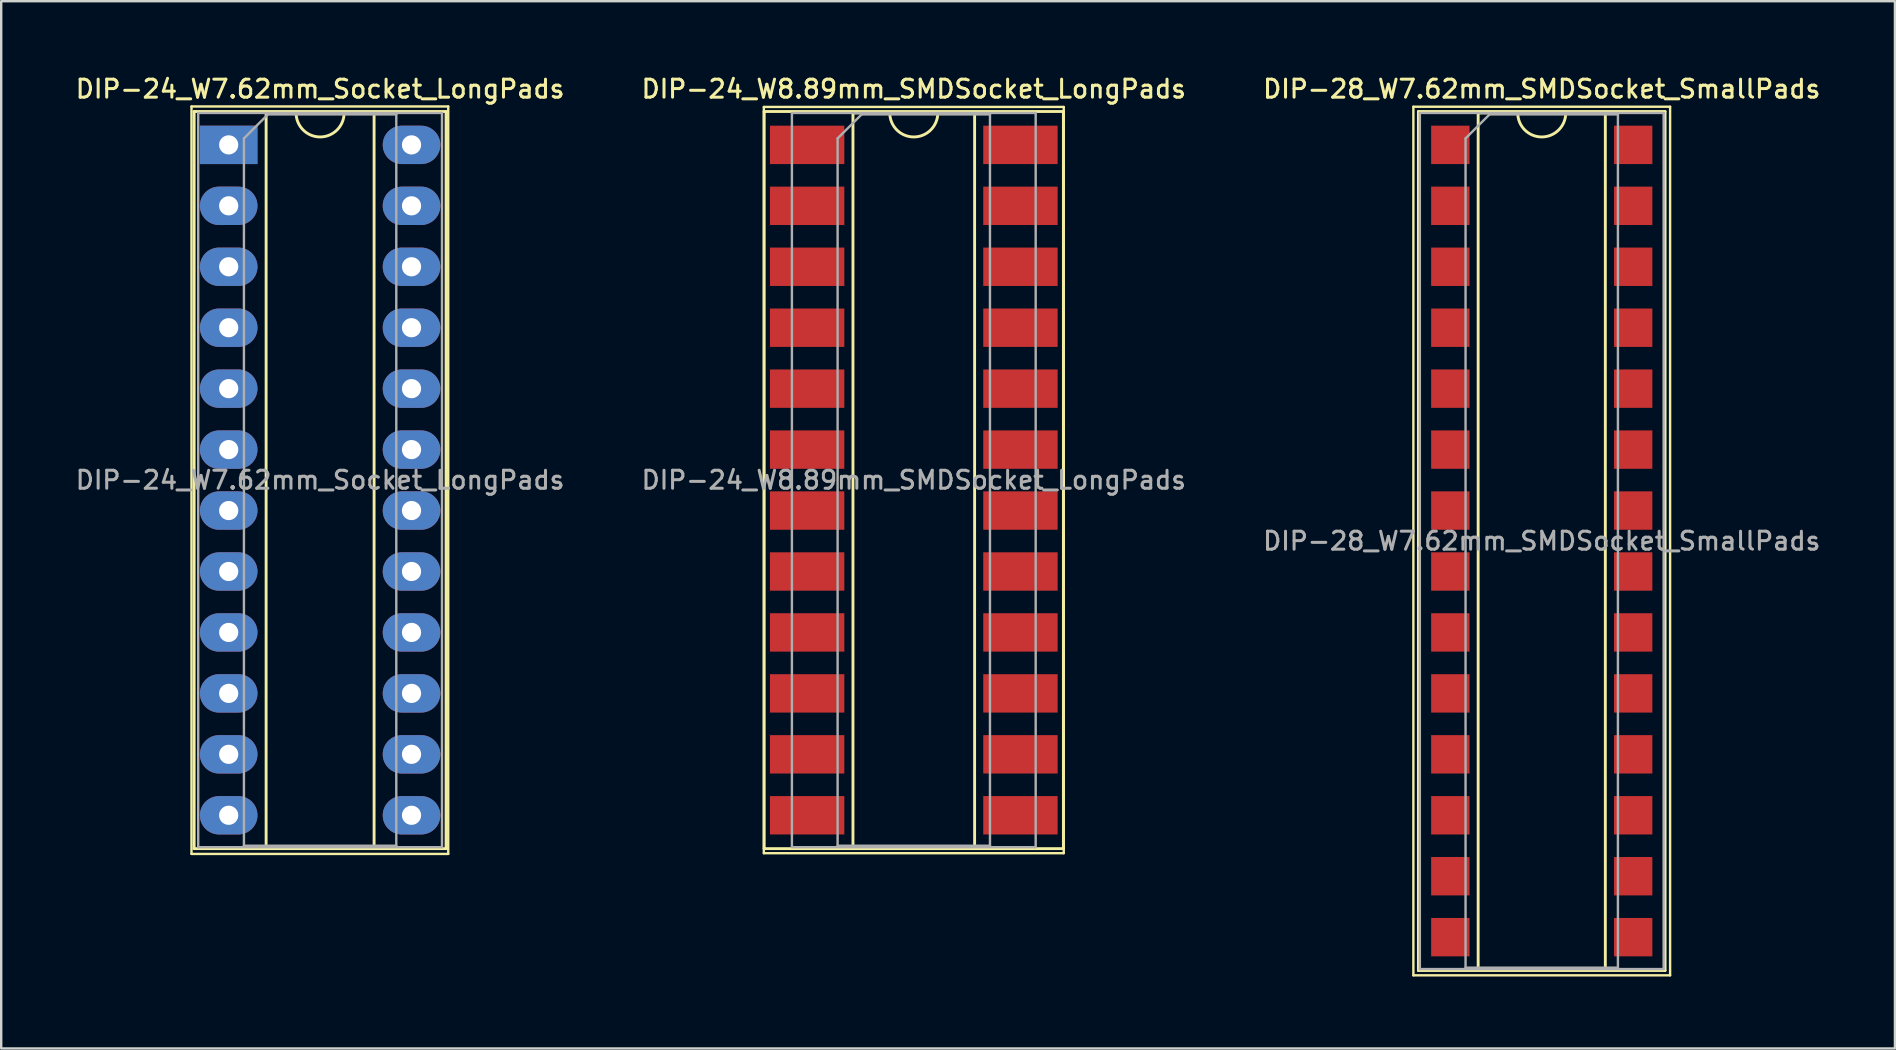
<source format=kicad_pcb>
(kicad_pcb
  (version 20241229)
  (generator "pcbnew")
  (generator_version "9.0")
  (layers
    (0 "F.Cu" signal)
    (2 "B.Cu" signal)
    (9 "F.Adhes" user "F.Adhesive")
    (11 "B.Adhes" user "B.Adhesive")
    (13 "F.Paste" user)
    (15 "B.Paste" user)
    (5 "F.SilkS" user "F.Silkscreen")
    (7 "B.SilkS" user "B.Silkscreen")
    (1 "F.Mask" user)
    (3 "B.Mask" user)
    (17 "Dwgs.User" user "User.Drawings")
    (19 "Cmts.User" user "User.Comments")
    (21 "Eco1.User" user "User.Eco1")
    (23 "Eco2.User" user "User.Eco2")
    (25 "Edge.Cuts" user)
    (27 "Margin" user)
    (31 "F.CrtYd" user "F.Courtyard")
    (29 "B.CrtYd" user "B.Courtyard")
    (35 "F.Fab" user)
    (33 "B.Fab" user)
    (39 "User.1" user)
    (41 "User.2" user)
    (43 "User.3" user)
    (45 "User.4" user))
  (footprint "DIP-28_W7.62mm_SMDSocket_SmallPads"
    (layer "F.Cu")
    (at 61.205 19.498)
    (property "Reference" "DIP-28_W7.62mm_SMDSocket_SmallPads" (at 0 -18.84 0) (layer "F.SilkS") (effects (font (size 0.75 0.75) (thickness 0.125))))
    (attr smd)
    (fp_line (start -5.35 -18.1) (end -5.35 18.1) (stroke (width 0.1) (type solid)) (layer "F.SilkS"))
    (fp_line (start -5.35 18.1) (end 5.35 18.1) (stroke (width 0.1) (type solid)) (layer "F.SilkS"))
    (fp_line (start -5.14 -17.9) (end -5.14 17.9) (stroke (width 0.12) (type solid)) (layer "F.SilkS"))
    (fp_line (start -5.14 17.9) (end 5.14 17.9) (stroke (width 0.12) (type solid)) (layer "F.SilkS"))
    (fp_line (start -2.65 -17.84) (end -2.65 17.84) (stroke (width 0.12) (type solid)) (layer "F.SilkS"))
    (fp_line (start -2.65 17.84) (end 2.65 17.84) (stroke (width 0.12) (type solid)) (layer "F.SilkS"))
    (fp_line (start -1 -17.84) (end -2.65 -17.84) (stroke (width 0.12) (type solid)) (layer "F.SilkS"))
    (fp_line (start 2.65 -17.84) (end 1 -17.84) (stroke (width 0.12) (type solid)) (layer "F.SilkS"))
    (fp_line (start 2.65 17.84) (end 2.65 -17.84) (stroke (width 0.12) (type solid)) (layer "F.SilkS"))
    (fp_line (start 5.14 -17.9) (end -5.14 -17.9) (stroke (width 0.12) (type solid)) (layer "F.SilkS"))
    (fp_line (start 5.14 17.9) (end 5.14 -17.9) (stroke (width 0.12) (type solid)) (layer "F.SilkS"))
    (fp_line (start 5.35 -18.1) (end -5.35 -18.1) (stroke (width 0.1) (type solid)) (layer "F.SilkS"))
    (fp_line (start 5.35 18.1) (end 5.35 -18.1) (stroke (width 0.1) (type solid)) (layer "F.SilkS"))
    (fp_arc (start 1 -17.84) (mid 0 -16.84) (end -1 -17.84) (stroke (width 0.12) (type solid)) (layer "F.SilkS"))
    (fp_line (start -5.08 -17.84) (end -5.08 17.84) (stroke (width 0.1) (type solid)) (layer "F.Fab"))
    (fp_line (start -5.08 17.84) (end 5.08 17.84) (stroke (width 0.1) (type solid)) (layer "F.Fab"))
    (fp_line (start -3.175 -16.78) (end -2.175 -17.78) (stroke (width 0.1) (type solid)) (layer "F.Fab"))
    (fp_line (start -3.175 17.78) (end -3.175 -16.78) (stroke (width 0.1) (type solid)) (layer "F.Fab"))
    (fp_line (start -2.175 -17.78) (end 3.175 -17.78) (stroke (width 0.1) (type solid)) (layer "F.Fab"))
    (fp_line (start 3.175 -17.78) (end 3.175 17.78) (stroke (width 0.1) (type solid)) (layer "F.Fab"))
    (fp_line (start 3.175 17.78) (end -3.175 17.78) (stroke (width 0.1) (type solid)) (layer "F.Fab"))
    (fp_line (start 5.08 -17.84) (end -5.08 -17.84) (stroke (width 0.1) (type solid)) (layer "F.Fab"))
    (fp_line (start 5.08 17.84) (end 5.08 -17.84) (stroke (width 0.1) (type solid)) (layer "F.Fab"))
    (fp_text user "${REFERENCE}" (at 0 0 0) (layer "F.Fab") (effects (font (size 0.75 0.75) (thickness 0.125))))
    (pad "1" smd rect (at -3.81 -16.51) (size 1.6 1.6) (layers "F.Cu" "F.Mask" "F.Paste"))
    (pad "2" smd rect (at -3.81 -13.97) (size 1.6 1.6) (layers "F.Cu" "F.Mask" "F.Paste"))
    (pad "3" smd rect (at -3.81 -11.43) (size 1.6 1.6) (layers "F.Cu" "F.Mask" "F.Paste"))
    (pad "4" smd rect (at -3.81 -8.89) (size 1.6 1.6) (layers "F.Cu" "F.Mask" "F.Paste"))
    (pad "5" smd rect (at -3.81 -6.35) (size 1.6 1.6) (layers "F.Cu" "F.Mask" "F.Paste"))
    (pad "6" smd rect (at -3.81 -3.81) (size 1.6 1.6) (layers "F.Cu" "F.Mask" "F.Paste"))
    (pad "7" smd rect (at -3.81 -1.27) (size 1.6 1.6) (layers "F.Cu" "F.Mask" "F.Paste"))
    (pad "8" smd rect (at -3.81 1.27) (size 1.6 1.6) (layers "F.Cu" "F.Mask" "F.Paste"))
    (pad "9" smd rect (at -3.81 3.81) (size 1.6 1.6) (layers "F.Cu" "F.Mask" "F.Paste"))
    (pad "10" smd rect (at -3.81 6.35) (size 1.6 1.6) (layers "F.Cu" "F.Mask" "F.Paste"))
    (pad "11" smd rect (at -3.81 8.89) (size 1.6 1.6) (layers "F.Cu" "F.Mask" "F.Paste"))
    (pad "12" smd rect (at -3.81 11.43) (size 1.6 1.6) (layers "F.Cu" "F.Mask" "F.Paste"))
    (pad "13" smd rect (at -3.81 13.97) (size 1.6 1.6) (layers "F.Cu" "F.Mask" "F.Paste"))
    (pad "14" smd rect (at -3.81 16.51) (size 1.6 1.6) (layers "F.Cu" "F.Mask" "F.Paste"))
    (pad "15" smd rect (at 3.81 16.51) (size 1.6 1.6) (layers "F.Cu" "F.Mask" "F.Paste"))
    (pad "16" smd rect (at 3.81 13.97) (size 1.6 1.6) (layers "F.Cu" "F.Mask" "F.Paste"))
    (pad "17" smd rect (at 3.81 11.43) (size 1.6 1.6) (layers "F.Cu" "F.Mask" "F.Paste"))
    (pad "18" smd rect (at 3.81 8.89) (size 1.6 1.6) (layers "F.Cu" "F.Mask" "F.Paste"))
    (pad "19" smd rect (at 3.81 6.35) (size 1.6 1.6) (layers "F.Cu" "F.Mask" "F.Paste"))
    (pad "20" smd rect (at 3.81 3.81) (size 1.6 1.6) (layers "F.Cu" "F.Mask" "F.Paste"))
    (pad "21" smd rect (at 3.81 1.27) (size 1.6 1.6) (layers "F.Cu" "F.Mask" "F.Paste"))
    (pad "22" smd rect (at 3.81 -1.27) (size 1.6 1.6) (layers "F.Cu" "F.Mask" "F.Paste"))
    (pad "23" smd rect (at 3.81 -3.81) (size 1.6 1.6) (layers "F.Cu" "F.Mask" "F.Paste"))
    (pad "24" smd rect (at 3.81 -6.35) (size 1.6 1.6) (layers "F.Cu" "F.Mask" "F.Paste"))
    (pad "25" smd rect (at 3.81 -8.89) (size 1.6 1.6) (layers "F.Cu" "F.Mask" "F.Paste"))
    (pad "26" smd rect (at 3.81 -11.43) (size 1.6 1.6) (layers "F.Cu" "F.Mask" "F.Paste"))
    (pad "27" smd rect (at 3.81 -13.97) (size 1.6 1.6) (layers "F.Cu" "F.Mask" "F.Paste"))
    (pad "28" smd rect (at 3.81 -16.51) (size 1.6 1.6) (layers "F.Cu" "F.Mask" "F.Paste")))
  (footprint "DIP-24_W7.62mm_Socket_LongPads"
    (layer "F.Cu")
    (at 6.481 2.988)
    (property "Reference" "DIP-24_W7.62mm_Socket_LongPads" (at 3.81 -2.33 0) (layer "F.SilkS") (effects (font (size 0.75 0.75) (thickness 0.125))))
    (attr through_hole)
    (fp_line (start -1.55 -1.6) (end -1.55 29.55) (stroke (width 0.1) (type solid)) (layer "F.SilkS"))
    (fp_line (start -1.55 29.55) (end 9.15 29.55) (stroke (width 0.1) (type solid)) (layer "F.SilkS"))
    (fp_line (start -1.44 -1.39) (end -1.44 29.33) (stroke (width 0.12) (type solid)) (layer "F.SilkS"))
    (fp_line (start -1.44 29.33) (end 9.06 29.33) (stroke (width 0.12) (type solid)) (layer "F.SilkS"))
    (fp_line (start 1.56 -1.33) (end 1.56 29.27) (stroke (width 0.12) (type solid)) (layer "F.SilkS"))
    (fp_line (start 1.56 29.27) (end 6.06 29.27) (stroke (width 0.12) (type solid)) (layer "F.SilkS"))
    (fp_line (start 2.81 -1.33) (end 1.56 -1.33) (stroke (width 0.12) (type solid)) (layer "F.SilkS"))
    (fp_line (start 6.06 -1.33) (end 4.81 -1.33) (stroke (width 0.12) (type solid)) (layer "F.SilkS"))
    (fp_line (start 6.06 29.27) (end 6.06 -1.33) (stroke (width 0.12) (type solid)) (layer "F.SilkS"))
    (fp_line (start 9.06 -1.39) (end -1.44 -1.39) (stroke (width 0.12) (type solid)) (layer "F.SilkS"))
    (fp_line (start 9.06 29.33) (end 9.06 -1.39) (stroke (width 0.12) (type solid)) (layer "F.SilkS"))
    (fp_line (start 9.15 -1.6) (end -1.55 -1.6) (stroke (width 0.1) (type solid)) (layer "F.SilkS"))
    (fp_line (start 9.15 29.55) (end 9.15 -1.6) (stroke (width 0.1) (type solid)) (layer "F.SilkS"))
    (fp_arc (start 4.81 -1.33) (mid 3.81 -0.33) (end 2.81 -1.33) (stroke (width 0.12) (type solid)) (layer "F.SilkS"))
    (fp_line (start -1.27 -1.33) (end -1.27 29.27) (stroke (width 0.1) (type solid)) (layer "F.Fab"))
    (fp_line (start -1.27 29.27) (end 8.89 29.27) (stroke (width 0.1) (type solid)) (layer "F.Fab"))
    (fp_line (start 0.635 -0.27) (end 1.635 -1.27) (stroke (width 0.1) (type solid)) (layer "F.Fab"))
    (fp_line (start 0.635 29.21) (end 0.635 -0.27) (stroke (width 0.1) (type solid)) (layer "F.Fab"))
    (fp_line (start 1.635 -1.27) (end 6.985 -1.27) (stroke (width 0.1) (type solid)) (layer "F.Fab"))
    (fp_line (start 6.985 -1.27) (end 6.985 29.21) (stroke (width 0.1) (type solid)) (layer "F.Fab"))
    (fp_line (start 6.985 29.21) (end 0.635 29.21) (stroke (width 0.1) (type solid)) (layer "F.Fab"))
    (fp_line (start 8.89 -1.33) (end -1.27 -1.33) (stroke (width 0.1) (type solid)) (layer "F.Fab"))
    (fp_line (start 8.89 29.27) (end 8.89 -1.33) (stroke (width 0.1) (type solid)) (layer "F.Fab"))
    (fp_text user "${REFERENCE}" (at 3.81 13.97 0) (layer "F.Fab") (effects (font (size 0.75 0.75) (thickness 0.125))))
    (pad "1" thru_hole rect (at 0 0) (size 2.4 1.6) (drill 0.8) (layers "*.Cu" "*.Mask"))
    (pad "2" thru_hole oval (at 0 2.54) (size 2.4 1.6) (drill 0.8) (layers "*.Cu" "*.Mask"))
    (pad "3" thru_hole oval (at 0 5.08) (size 2.4 1.6) (drill 0.8) (layers "*.Cu" "*.Mask"))
    (pad "4" thru_hole oval (at 0 7.62) (size 2.4 1.6) (drill 0.8) (layers "*.Cu" "*.Mask"))
    (pad "5" thru_hole oval (at 0 10.16) (size 2.4 1.6) (drill 0.8) (layers "*.Cu" "*.Mask"))
    (pad "6" thru_hole oval (at 0 12.7) (size 2.4 1.6) (drill 0.8) (layers "*.Cu" "*.Mask"))
    (pad "7" thru_hole oval (at 0 15.24) (size 2.4 1.6) (drill 0.8) (layers "*.Cu" "*.Mask"))
    (pad "8" thru_hole oval (at 0 17.78) (size 2.4 1.6) (drill 0.8) (layers "*.Cu" "*.Mask"))
    (pad "9" thru_hole oval (at 0 20.32) (size 2.4 1.6) (drill 0.8) (layers "*.Cu" "*.Mask"))
    (pad "10" thru_hole oval (at 0 22.86) (size 2.4 1.6) (drill 0.8) (layers "*.Cu" "*.Mask"))
    (pad "11" thru_hole oval (at 0 25.4) (size 2.4 1.6) (drill 0.8) (layers "*.Cu" "*.Mask"))
    (pad "12" thru_hole oval (at 0 27.94) (size 2.4 1.6) (drill 0.8) (layers "*.Cu" "*.Mask"))
    (pad "13" thru_hole oval (at 7.62 27.94) (size 2.4 1.6) (drill 0.8) (layers "*.Cu" "*.Mask"))
    (pad "14" thru_hole oval (at 7.62 25.4) (size 2.4 1.6) (drill 0.8) (layers "*.Cu" "*.Mask"))
    (pad "15" thru_hole oval (at 7.62 22.86) (size 2.4 1.6) (drill 0.8) (layers "*.Cu" "*.Mask"))
    (pad "16" thru_hole oval (at 7.62 20.32) (size 2.4 1.6) (drill 0.8) (layers "*.Cu" "*.Mask"))
    (pad "17" thru_hole oval (at 7.62 17.78) (size 2.4 1.6) (drill 0.8) (layers "*.Cu" "*.Mask"))
    (pad "18" thru_hole oval (at 7.62 15.24) (size 2.4 1.6) (drill 0.8) (layers "*.Cu" "*.Mask"))
    (pad "19" thru_hole oval (at 7.62 12.7) (size 2.4 1.6) (drill 0.8) (layers "*.Cu" "*.Mask"))
    (pad "20" thru_hole oval (at 7.62 10.16) (size 2.4 1.6) (drill 0.8) (layers "*.Cu" "*.Mask"))
    (pad "21" thru_hole oval (at 7.62 7.62) (size 2.4 1.6) (drill 0.8) (layers "*.Cu" "*.Mask"))
    (pad "22" thru_hole oval (at 7.62 5.08) (size 2.4 1.6) (drill 0.8) (layers "*.Cu" "*.Mask"))
    (pad "23" thru_hole oval (at 7.62 2.54) (size 2.4 1.6) (drill 0.8) (layers "*.Cu" "*.Mask"))
    (pad "24" thru_hole oval (at 7.62 0) (size 2.4 1.6) (drill 0.8) (layers "*.Cu" "*.Mask")))
  (footprint "DIP-24_W8.89mm_SMDSocket_LongPads"
    (layer "F.Cu")
    (at 35.034 16.958)
    (property "Reference" "DIP-24_W8.89mm_SMDSocket_LongPads" (at 0 -16.3 0) (layer "F.SilkS") (effects (font (size 0.75 0.75) (thickness 0.125))))
    (attr smd)
    (fp_line (start -6.25 -15.55) (end -6.25 15.55) (stroke (width 0.1) (type solid)) (layer "F.SilkS"))
    (fp_line (start -6.25 15.55) (end 6.25 15.55) (stroke (width 0.1) (type solid)) (layer "F.SilkS"))
    (fp_line (start -6.235 -15.36) (end -6.235 15.36) (stroke (width 0.12) (type solid)) (layer "F.SilkS"))
    (fp_line (start -6.235 15.36) (end 6.235 15.36) (stroke (width 0.12) (type solid)) (layer "F.SilkS"))
    (fp_line (start -2.535 -15.3) (end -2.535 15.3) (stroke (width 0.12) (type solid)) (layer "F.SilkS"))
    (fp_line (start -2.535 15.3) (end 2.535 15.3) (stroke (width 0.12) (type solid)) (layer "F.SilkS"))
    (fp_line (start -1 -15.3) (end -2.535 -15.3) (stroke (width 0.12) (type solid)) (layer "F.SilkS"))
    (fp_line (start 2.535 -15.3) (end 1 -15.3) (stroke (width 0.12) (type solid)) (layer "F.SilkS"))
    (fp_line (start 2.535 15.3) (end 2.535 -15.3) (stroke (width 0.12) (type solid)) (layer "F.SilkS"))
    (fp_line (start 6.235 -15.36) (end -6.235 -15.36) (stroke (width 0.12) (type solid)) (layer "F.SilkS"))
    (fp_line (start 6.235 15.36) (end 6.235 -15.36) (stroke (width 0.12) (type solid)) (layer "F.SilkS"))
    (fp_line (start 6.25 -15.55) (end -6.25 -15.55) (stroke (width 0.1) (type solid)) (layer "F.SilkS"))
    (fp_line (start 6.25 15.55) (end 6.25 -15.55) (stroke (width 0.1) (type solid)) (layer "F.SilkS"))
    (fp_arc (start 1 -15.3) (mid 0 -14.3) (end -1 -15.3) (stroke (width 0.12) (type solid)) (layer "F.SilkS"))
    (fp_line (start -5.08 -15.3) (end -5.08 15.3) (stroke (width 0.1) (type solid)) (layer "F.Fab"))
    (fp_line (start -5.08 15.3) (end 5.08 15.3) (stroke (width 0.1) (type solid)) (layer "F.Fab"))
    (fp_line (start -3.175 -14.24) (end -2.175 -15.24) (stroke (width 0.1) (type solid)) (layer "F.Fab"))
    (fp_line (start -3.175 15.24) (end -3.175 -14.24) (stroke (width 0.1) (type solid)) (layer "F.Fab"))
    (fp_line (start -2.175 -15.24) (end 3.175 -15.24) (stroke (width 0.1) (type solid)) (layer "F.Fab"))
    (fp_line (start 3.175 -15.24) (end 3.175 15.24) (stroke (width 0.1) (type solid)) (layer "F.Fab"))
    (fp_line (start 3.175 15.24) (end -3.175 15.24) (stroke (width 0.1) (type solid)) (layer "F.Fab"))
    (fp_line (start 5.08 -15.3) (end -5.08 -15.3) (stroke (width 0.1) (type solid)) (layer "F.Fab"))
    (fp_line (start 5.08 15.3) (end 5.08 -15.3) (stroke (width 0.1) (type solid)) (layer "F.Fab"))
    (fp_text user "${REFERENCE}" (at 0 0 0) (layer "F.Fab") (effects (font (size 0.75 0.75) (thickness 0.125))))
    (pad "1" smd rect (at -4.445 -13.97) (size 3.1 1.6) (layers "F.Cu" "F.Mask" "F.Paste"))
    (pad "2" smd rect (at -4.445 -11.43) (size 3.1 1.6) (layers "F.Cu" "F.Mask" "F.Paste"))
    (pad "3" smd rect (at -4.445 -8.89) (size 3.1 1.6) (layers "F.Cu" "F.Mask" "F.Paste"))
    (pad "4" smd rect (at -4.445 -6.35) (size 3.1 1.6) (layers "F.Cu" "F.Mask" "F.Paste"))
    (pad "5" smd rect (at -4.445 -3.81) (size 3.1 1.6) (layers "F.Cu" "F.Mask" "F.Paste"))
    (pad "6" smd rect (at -4.445 -1.27) (size 3.1 1.6) (layers "F.Cu" "F.Mask" "F.Paste"))
    (pad "7" smd rect (at -4.445 1.27) (size 3.1 1.6) (layers "F.Cu" "F.Mask" "F.Paste"))
    (pad "8" smd rect (at -4.445 3.81) (size 3.1 1.6) (layers "F.Cu" "F.Mask" "F.Paste"))
    (pad "9" smd rect (at -4.445 6.35) (size 3.1 1.6) (layers "F.Cu" "F.Mask" "F.Paste"))
    (pad "10" smd rect (at -4.445 8.89) (size 3.1 1.6) (layers "F.Cu" "F.Mask" "F.Paste"))
    (pad "11" smd rect (at -4.445 11.43) (size 3.1 1.6) (layers "F.Cu" "F.Mask" "F.Paste"))
    (pad "12" smd rect (at -4.445 13.97) (size 3.1 1.6) (layers "F.Cu" "F.Mask" "F.Paste"))
    (pad "13" smd rect (at 4.445 13.97) (size 3.1 1.6) (layers "F.Cu" "F.Mask" "F.Paste"))
    (pad "14" smd rect (at 4.445 11.43) (size 3.1 1.6) (layers "F.Cu" "F.Mask" "F.Paste"))
    (pad "15" smd rect (at 4.445 8.89) (size 3.1 1.6) (layers "F.Cu" "F.Mask" "F.Paste"))
    (pad "16" smd rect (at 4.445 6.35) (size 3.1 1.6) (layers "F.Cu" "F.Mask" "F.Paste"))
    (pad "17" smd rect (at 4.445 3.81) (size 3.1 1.6) (layers "F.Cu" "F.Mask" "F.Paste"))
    (pad "18" smd rect (at 4.445 1.27) (size 3.1 1.6) (layers "F.Cu" "F.Mask" "F.Paste"))
    (pad "19" smd rect (at 4.445 -1.27) (size 3.1 1.6) (layers "F.Cu" "F.Mask" "F.Paste"))
    (pad "20" smd rect (at 4.445 -3.81) (size 3.1 1.6) (layers "F.Cu" "F.Mask" "F.Paste"))
    (pad "21" smd rect (at 4.445 -6.35) (size 3.1 1.6) (layers "F.Cu" "F.Mask" "F.Paste"))
    (pad "22" smd rect (at 4.445 -8.89) (size 3.1 1.6) (layers "F.Cu" "F.Mask" "F.Paste"))
    (pad "23" smd rect (at 4.445 -11.43) (size 3.1 1.6) (layers "F.Cu" "F.Mask" "F.Paste"))
    (pad "24" smd rect (at 4.445 -13.97) (size 3.1 1.6) (layers "F.Cu" "F.Mask" "F.Paste")))
  (gr_rect
    (start -3 -3)
    (end 75.925 40.648)
    (stroke (width 0.1) (type default))
    (fill no)
    (layer "Edge.Cuts")))
</source>
